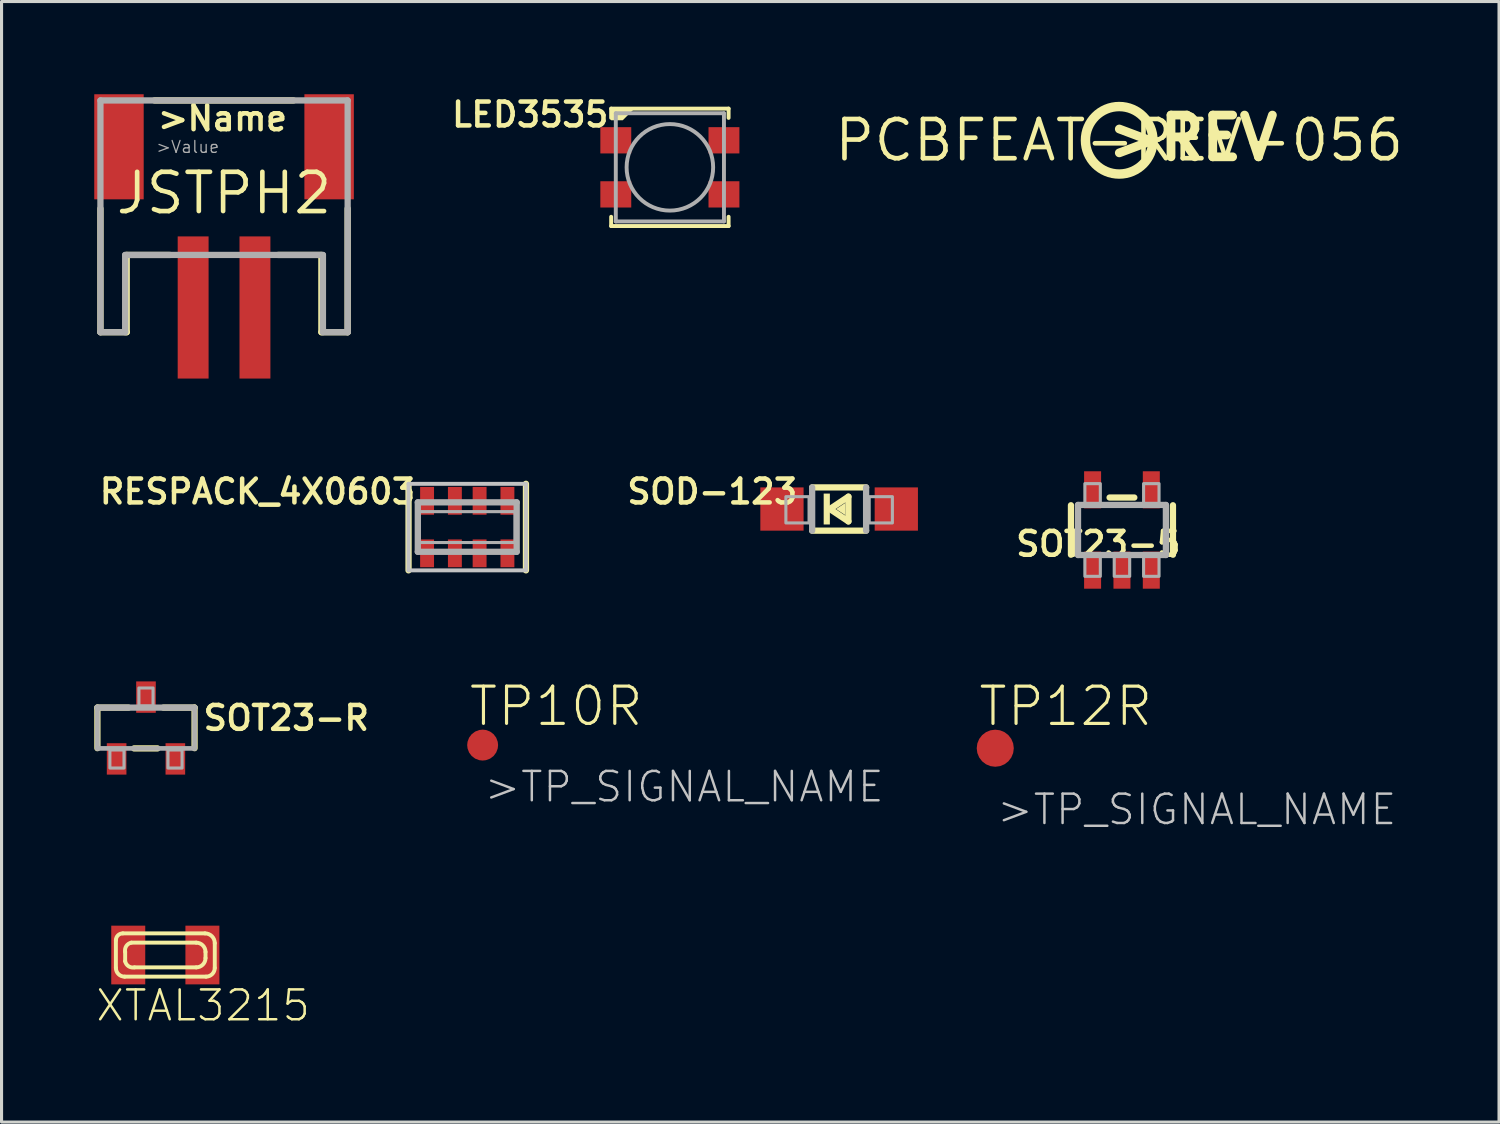
<source format=kicad_pcb>
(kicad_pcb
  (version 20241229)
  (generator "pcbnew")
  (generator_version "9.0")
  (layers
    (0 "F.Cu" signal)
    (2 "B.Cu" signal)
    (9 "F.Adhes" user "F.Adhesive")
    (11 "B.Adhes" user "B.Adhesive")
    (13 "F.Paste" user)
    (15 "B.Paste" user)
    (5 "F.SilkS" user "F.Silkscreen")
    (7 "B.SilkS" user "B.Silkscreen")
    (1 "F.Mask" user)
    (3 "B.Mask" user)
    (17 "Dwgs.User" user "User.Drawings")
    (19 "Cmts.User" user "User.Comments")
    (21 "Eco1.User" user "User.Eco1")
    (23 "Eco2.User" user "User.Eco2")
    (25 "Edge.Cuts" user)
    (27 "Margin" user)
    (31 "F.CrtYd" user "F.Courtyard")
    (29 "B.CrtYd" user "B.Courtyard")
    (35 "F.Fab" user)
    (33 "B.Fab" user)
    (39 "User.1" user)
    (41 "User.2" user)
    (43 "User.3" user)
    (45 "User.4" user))
  (footprint "LED3535"
    (layer "F.Cu")
    (at 18.627 2.365)
    (property "Reference" "LED3535" (at -1.905 -2.159 0) (layer "F.SilkS") (effects (font (size 0.772 0.772) (thickness 0.146)) (justify right top)))
    (attr through_hole)
    (fp_line (start -1.9 -1.9) (end 1.9 -1.9) (stroke (width 0.127) (type solid)) (layer "F.SilkS"))
    (fp_line (start -1.9 -1.6) (end -1.9 -1.9) (stroke (width 0.127) (type solid)) (layer "F.SilkS"))
    (fp_line (start -1.9 1.6) (end -1.9 1.9) (stroke (width 0.127) (type solid)) (layer "F.SilkS"))
    (fp_line (start -1.9 1.9) (end 1.9 1.9) (stroke (width 0.127) (type solid)) (layer "F.SilkS"))
    (fp_line (start 1.9 -1.9) (end 1.9 -1.6) (stroke (width 0.127) (type solid)) (layer "F.SilkS"))
    (fp_line (start 1.9 1.9) (end 1.9 1.6) (stroke (width 0.127) (type solid)) (layer "F.SilkS"))
    (fp_poly (pts (xy -1.905 -1.905) (xy -1.905 -1.524) (xy -1.524 -1.524) (xy -1.143 -1.905)) (stroke (width 0) (type solid)) (fill yes) (layer "F.SilkS"))
    (fp_line (start -1.75 -1.75) (end 1.75 -1.75) (stroke (width 0.127) (type solid)) (layer "F.Fab"))
    (fp_line (start -1.75 1.75) (end -1.75 -1.75) (stroke (width 0.127) (type solid)) (layer "F.Fab"))
    (fp_line (start 1.75 -1.75) (end 1.75 1.75) (stroke (width 0.127) (type solid)) (layer "F.Fab"))
    (fp_line (start 1.75 1.75) (end -1.75 1.75) (stroke (width 0.127) (type solid)) (layer "F.Fab"))
    (fp_circle (center 0 0) (end 1.4 0) (stroke (width 0.127) (type solid)) (fill no) (layer "F.Fab"))
    (pad "1" smd rect (at -1.75 -0.875 90) (size 0.85 1) (layers "F.Cu" "F.Mask" "F.Paste"))
    (pad "2" smd rect (at -1.75 0.875 90) (size 0.85 1) (layers "F.Cu" "F.Mask" "F.Paste"))
    (pad "3" smd rect (at 1.75 0.875 90) (size 0.85 1) (layers "F.Cu" "F.Mask" "F.Paste"))
    (pad "4" smd rect (at 1.75 -0.875 90) (size 0.85 1) (layers "F.Cu" "F.Mask" "F.Paste")))
  (footprint "PCBFEAT-REV-056"
    (layer "F.Cu")
    (at 33.167 1.49)
    (property "Reference" "PCBFEAT-REV-056" (at 0 0 0) (layer "F.SilkS") (effects (font (size 1.27 1.27) (thickness 0.15))))
    (attr through_hole)
    (fp_circle (center 0 0) (end 1.092 0) (stroke (width 0.305) (type solid)) (fill no) (layer "F.SilkS"))
    (fp_text user ">REV" (at -0.505 0.715 0) (layer "F.SilkS") (effects (font (size 1.351 1.351) (thickness 0.284)) (justify left bottom))))
  (footprint "SOD-123"
    (layer "F.Cu")
    (at 24.104 13.422)
    (property "Reference" "SOD-123" (at -1.27 -1.016 0) (layer "F.SilkS") (effects (font (size 0.772 0.772) (thickness 0.146)) (justify right top)))
    (attr through_hole)
    (fp_line (start -0.873 -0.7) (end 0.873 -0.7) (stroke (width 0.203) (type solid)) (layer "F.SilkS"))
    (fp_line (start -0.3 0) (end 0.3 -0.4) (stroke (width 0.203) (type solid)) (layer "F.SilkS"))
    (fp_line (start 0.3 -0.4) (end 0.3 0.4) (stroke (width 0.203) (type solid)) (layer "F.SilkS"))
    (fp_line (start 0.3 0.4) (end -0.3 0) (stroke (width 0.203) (type solid)) (layer "F.SilkS"))
    (fp_line (start 0.873 0.7) (end -0.873 0.7) (stroke (width 0.203) (type solid)) (layer "F.SilkS"))
    (fp_poly (pts (xy -0.1 0) (xy 0.2 -0.2) (xy 0.2 0.2)) (stroke (width 0) (type solid)) (fill yes) (layer "F.SilkS"))
    (fp_poly (pts (xy -0.5 0.5) (xy -0.3 0.5) (xy -0.3 -0.5) (xy -0.5 -0.5)) (stroke (width 0) (type solid)) (fill yes) (layer "F.SilkS"))
    (fp_line (start -0.873 0.7) (end -0.873 -0.7) (stroke (width 0.203) (type solid)) (layer "F.Fab"))
    (fp_line (start 0.873 -0.7) (end 0.873 0.7) (stroke (width 0.203) (type solid)) (layer "F.Fab"))
    (fp_poly (pts (xy -1.723 0.45) (xy -0.973 0.45) (xy -0.973 -0.4) (xy -1.723 -0.4)) (stroke (width 0.1) (type solid)) (fill no) (layer "F.Fab"))
    (fp_poly (pts (xy 0.973 0.45) (xy 1.723 0.45) (xy 1.723 -0.4) (xy 0.973 -0.4)) (stroke (width 0.1) (type solid)) (fill no) (layer "F.Fab"))
    (pad "A" smd rect (at 1.85 0 90) (size 1.4 1.4) (layers "F.Cu" "F.Mask" "F.Paste"))
    (pad "C" smd rect (at -1.85 0 90) (size 1.4 1.4) (layers "F.Cu" "F.Mask" "F.Paste")))
  (footprint "TP12R"
    (layer "F.Cu")
    (at 29.156 21.162)
    (property "Reference" "TP12R" (at -0.6 -0.65 0) (layer "F.SilkS") (effects (font (size 1.206 1.206) (thickness 0.102)) (justify left bottom)))
    (attr through_hole)
    (fp_text user ">TP_SIGNAL_NAME" (at 0 2.54 0) (layer "Dwgs.User") (effects (font (size 0.95 0.95) (thickness 0.08)) (justify left bottom)))
    (pad "TP" smd roundrect (at 0 0) (size 1.2 1.2) (layers "F.Cu" "F.Mask") (roundrect_rratio 0.5)))
  (footprint "XTAL3215"
    (layer "F.Cu")
    (at 2.3 27.854)
    (property "Reference" "XTAL3215" (at -2.3 2.2 0) (layer "F.SilkS") (effects (font (size 0.965 0.965) (thickness 0.081)) (justify left bottom)))
    (attr through_hole)
    (fp_line (start -1.6 0.417) (end -1.6 -0.476) (stroke (width 0.127) (type solid)) (layer "F.SilkS"))
    (fp_line (start -1.376 -0.7) (end 1.284 -0.7) (stroke (width 0.127) (type solid)) (layer "F.SilkS"))
    (fp_line (start -1.3 0.2) (end -1.3 -0.1) (stroke (width 0.127) (type solid)) (layer "F.SilkS"))
    (fp_line (start -1.1 -0.4) (end 1 -0.4) (stroke (width 0.127) (type solid)) (layer "F.SilkS"))
    (fp_line (start 1 0.4) (end -1 0.4) (stroke (width 0.127) (type solid)) (layer "F.SilkS"))
    (fp_line (start 1.3 -0.1) (end 1.3 0.1) (stroke (width 0.127) (type solid)) (layer "F.SilkS"))
    (fp_line (start 1.317 0.7) (end -1.317 0.7) (stroke (width 0.127) (type solid)) (layer "F.SilkS"))
    (fp_line (start 1.6 -0.384) (end 1.6 0.417) (stroke (width 0.127) (type solid)) (layer "F.SilkS"))
    (fp_arc (start -1.6 -0.4764) (mid -1.534509 -0.634509) (end -1.3764 -0.7) (stroke (width 0.127) (type solid)) (layer "F.SilkS"))
    (fp_arc (start -1.3172 0.7) (mid -1.51717 0.61717) (end -1.6 0.4172) (stroke (width 0.127) (type solid)) (layer "F.SilkS"))
    (fp_arc (start -1.3 -0.1) (mid -1.262161 -0.291441) (end -1.099999 -0.399999) (stroke (width 0.127) (type solid)) (layer "F.SilkS"))
    (fp_arc (start -1 0.4) (mid -1.191422 0.362132) (end -1.300001 0.199999) (stroke (width 0.127) (type solid)) (layer "F.SilkS"))
    (fp_arc (start 1 -0.4) (mid 1.212103 -0.312103) (end 1.3 -0.1) (stroke (width 0.127) (type solid)) (layer "F.SilkS"))
    (fp_arc (start 1.2838 -0.7) (mid 1.507387 -0.607387) (end 1.6 -0.3838) (stroke (width 0.127) (type solid)) (layer "F.SilkS"))
    (fp_arc (start 1.3 0.1) (mid 1.212131 0.312132) (end 0.999999 0.399999) (stroke (width 0.127) (type solid)) (layer "F.SilkS"))
    (fp_arc (start 1.6 0.4172) (mid 1.51717 0.61717) (end 1.3172 0.7) (stroke (width 0.127) (type solid)) (layer "F.SilkS"))
    (pad "P$1" smd rect (at 1.2 0) (size 1.1 1.9) (layers "F.Cu" "F.Mask" "F.Paste"))
    (pad "P$2" smd rect (at -1.2 0 180) (size 1.1 1.9) (layers "F.Cu" "F.Mask" "F.Paste")))
  (footprint "SOT23-5"
    (layer "F.Cu")
    (at 33.256 14.1)
    (property "Reference" "SOT23-5" (at 1.978 0 0) (layer "F.SilkS") (effects (font (size 0.772 0.772) (thickness 0.146)) (justify right top)))
    (attr through_hole)
    (fp_line (start -1.65 -0.8) (end -1.65 0.8) (stroke (width 0.203) (type solid)) (layer "F.SilkS"))
    (fp_line (start -0.4 -1.05) (end 0.4 -1.05) (stroke (width 0.203) (type solid)) (layer "F.SilkS"))
    (fp_line (start 1.65 -0.8) (end 1.65 0.8) (stroke (width 0.203) (type solid)) (layer "F.SilkS"))
    (fp_line (start -1.422 -0.81) (end 1.422 -0.81) (stroke (width 0.203) (type solid)) (layer "F.Fab"))
    (fp_line (start -1.422 0.81) (end -1.422 -0.81) (stroke (width 0.203) (type solid)) (layer "F.Fab"))
    (fp_line (start 1.422 -0.81) (end 1.422 0.81) (stroke (width 0.203) (type solid)) (layer "F.Fab"))
    (fp_line (start 1.422 0.81) (end -1.422 0.81) (stroke (width 0.203) (type solid)) (layer "F.Fab"))
    (fp_poly (pts (xy -1.2 -0.85) (xy -0.7 -0.85) (xy -0.7 -1.5) (xy -1.2 -1.5)) (stroke (width 0.1) (type solid)) (fill no) (layer "F.Fab"))
    (fp_poly (pts (xy -1.2 1.5) (xy -0.7 1.5) (xy -0.7 0.85) (xy -1.2 0.85)) (stroke (width 0.1) (type solid)) (fill no) (layer "F.Fab"))
    (fp_poly (pts (xy -0.25 1.5) (xy 0.25 1.5) (xy 0.25 0.85) (xy -0.25 0.85)) (stroke (width 0.1) (type solid)) (fill no) (layer "F.Fab"))
    (fp_poly (pts (xy 0.7 -0.85) (xy 1.2 -0.85) (xy 1.2 -1.5) (xy 0.7 -1.5)) (stroke (width 0.1) (type solid)) (fill no) (layer "F.Fab"))
    (fp_poly (pts (xy 0.7 1.5) (xy 1.2 1.5) (xy 1.2 0.85) (xy 0.7 0.85)) (stroke (width 0.1) (type solid)) (fill no) (layer "F.Fab"))
    (pad "1" smd rect (at -0.95 1.3) (size 0.55 1.2) (layers "F.Cu" "F.Mask" "F.Paste"))
    (pad "2" smd rect (at 0 1.3) (size 0.55 1.2) (layers "F.Cu" "F.Mask" "F.Paste"))
    (pad "3" smd rect (at 0.95 1.3) (size 0.55 1.2) (layers "F.Cu" "F.Mask" "F.Paste"))
    (pad "4" smd rect (at 0.95 -1.3) (size 0.55 1.2) (layers "F.Cu" "F.Mask" "F.Paste"))
    (pad "5" smd rect (at -0.95 -1.3) (size 0.55 1.2) (layers "F.Cu" "F.Mask" "F.Paste")))
  (footprint "JSTPH2"
    (layer "F.Cu")
    (at 4.2 3.2)
    (property "Reference" "JSTPH2" (at 0 0 0) (layer "F.SilkS") (effects (font (size 1.27 1.27) (thickness 0.15))))
    (attr through_hole)
    (fp_line (start -4 4.5) (end -4 0.5) (stroke (width 0.203) (type solid)) (layer "F.SilkS"))
    (fp_line (start -3.15 2) (end -3.15 4.5) (stroke (width 0.203) (type solid)) (layer "F.SilkS"))
    (fp_line (start -3.15 4.5) (end -4 4.5) (stroke (width 0.203) (type solid)) (layer "F.SilkS"))
    (fp_line (start -2.25 -3) (end 2.25 -3) (stroke (width 0.203) (type solid)) (layer "F.SilkS"))
    (fp_line (start -1.75 2) (end -3.15 2) (stroke (width 0.203) (type solid)) (layer "F.SilkS"))
    (fp_line (start 3.15 2) (end 1.75 2) (stroke (width 0.203) (type solid)) (layer "F.SilkS"))
    (fp_line (start 3.15 4.5) (end 3.15 2) (stroke (width 0.203) (type solid)) (layer "F.SilkS"))
    (fp_line (start 4 0.5) (end 4 4.5) (stroke (width 0.203) (type solid)) (layer "F.SilkS"))
    (fp_line (start 4 4.5) (end 3.15 4.5) (stroke (width 0.203) (type solid)) (layer "F.SilkS"))
    (fp_line (start -4 -3) (end 4 -3) (stroke (width 0.203) (type solid)) (layer "F.Fab"))
    (fp_line (start -4 4.5) (end -4 -3) (stroke (width 0.203) (type solid)) (layer "F.Fab"))
    (fp_line (start -3.2 2) (end -3.2 4.5) (stroke (width 0.203) (type solid)) (layer "F.Fab"))
    (fp_line (start -3.2 4.5) (end -4 4.5) (stroke (width 0.203) (type solid)) (layer "F.Fab"))
    (fp_line (start 3.2 2) (end -3.2 2) (stroke (width 0.203) (type solid)) (layer "F.Fab"))
    (fp_line (start 3.2 4.5) (end 3.2 2) (stroke (width 0.203) (type solid)) (layer "F.Fab"))
    (fp_line (start 4 -3) (end 4 4.5) (stroke (width 0.203) (type solid)) (layer "F.Fab"))
    (fp_line (start 4 4.5) (end 3.2 4.5) (stroke (width 0.203) (type solid)) (layer "F.Fab"))
    (fp_text user ">Name" (at -2.223 -1.968 0) (layer "F.SilkS") (effects (font (size 0.772 0.772) (thickness 0.146)) (justify left bottom)))
    (fp_text user ">Value" (at -2.223 -1.27 0) (layer "F.Fab") (effects (font (size 0.386 0.386) (thickness 0.041)) (justify left bottom)))
    (pad "1" smd rect (at -1 3.7) (size 1 4.6) (layers "F.Cu" "F.Mask" "F.Paste"))
    (pad "2" smd rect (at 1 3.7) (size 1 4.6) (layers "F.Cu" "F.Mask" "F.Paste"))
    (pad "NC1" smd rect (at -3.4 -1.5 90) (size 3.4 1.6) (layers "F.Cu" "F.Mask" "F.Paste"))
    (pad "NC2" smd rect (at 3.4 -1.5 90) (size 3.4 1.6) (layers "F.Cu" "F.Mask" "F.Paste")))
  (footprint "RESPACK_4X0603"
    (layer "F.Cu")
    (at 12.07 14.006)
    (property "Reference" "RESPACK_4X0603" (at -1.6 -1.6 0) (layer "F.SilkS") (effects (font (size 0.772 0.772) (thickness 0.146)) (justify right top)))
    (attr through_hole)
    (fp_line (start -1.9 1.4) (end -1.9 -1.4) (stroke (width 0.203) (type solid)) (layer "F.SilkS"))
    (fp_line (start 1.9 -1.4) (end 1.9 1.4) (stroke (width 0.203) (type solid)) (layer "F.SilkS"))
    (fp_line (start -1.9 -1.4) (end 1.9 -1.4) (stroke (width 0.127) (type solid)) (layer "Dwgs.User"))
    (fp_line (start -1.9 1.4) (end -1.9 -1.4) (stroke (width 0.127) (type solid)) (layer "Dwgs.User"))
    (fp_line (start -1.9 1.4) (end 1.9 1.4) (stroke (width 0.127) (type solid)) (layer "Dwgs.User"))
    (fp_line (start 1.9 -1.4) (end 1.9 1.4) (stroke (width 0.127) (type solid)) (layer "Dwgs.User"))
    (fp_line (start -1.6 -0.8) (end 1.6 -0.8) (stroke (width 0.203) (type solid)) (layer "F.Fab"))
    (fp_line (start -1.6 0.8) (end -1.6 -0.8) (stroke (width 0.203) (type solid)) (layer "F.Fab"))
    (fp_line (start 1.6 -0.8) (end 1.6 0.8) (stroke (width 0.203) (type solid)) (layer "F.Fab"))
    (fp_line (start 1.6 0.8) (end -1.6 0.8) (stroke (width 0.203) (type solid)) (layer "F.Fab"))
    (fp_poly (pts (xy -1.55 0.5) (xy 1.55 0.5) (xy 1.55 -0.5) (xy -1.55 -0.5)) (stroke (width 0.1) (type solid)) (fill no) (layer "F.Fab"))
    (pad "1" smd rect (at -1.3 0.85) (size 0.45 0.9) (layers "F.Cu" "F.Mask" "F.Paste"))
    (pad "2" smd rect (at -0.4 0.85) (size 0.45 0.9) (layers "F.Cu" "F.Mask" "F.Paste"))
    (pad "3" smd rect (at 0.4 0.85) (size 0.45 0.9) (layers "F.Cu" "F.Mask" "F.Paste"))
    (pad "4" smd rect (at 1.3 0.85) (size 0.45 0.9) (layers "F.Cu" "F.Mask" "F.Paste"))
    (pad "5" smd rect (at 1.3 -0.85) (size 0.45 0.9) (layers "F.Cu" "F.Mask" "F.Paste"))
    (pad "6" smd rect (at 0.4 -0.85) (size 0.45 0.9) (layers "F.Cu" "F.Mask" "F.Paste"))
    (pad "7" smd rect (at -0.4 -0.85) (size 0.45 0.9) (layers "F.Cu" "F.Mask" "F.Paste"))
    (pad "8" smd rect (at -1.3 -0.85) (size 0.45 0.9) (layers "F.Cu" "F.Mask" "F.Paste")))
  (footprint "SOT23-R"
    (layer "F.Cu")
    (at 1.674 20.508)
    (property "Reference" "SOT23-R" (at 1.778 0.127 0) (layer "F.SilkS") (effects (font (size 0.772 0.772) (thickness 0.146)) (justify left bottom)))
    (attr through_hole)
    (fp_line (start -1.572 -0.66) (end -0.564 -0.66) (stroke (width 0.203) (type solid)) (layer "F.SilkS"))
    (fp_line (start -1.572 0.652) (end -1.572 -0.66) (stroke (width 0.203) (type solid)) (layer "F.SilkS"))
    (fp_line (start 0.372 0.66) (end -0.386 0.66) (stroke (width 0.203) (type solid)) (layer "F.SilkS"))
    (fp_line (start 0.564 -0.66) (end 1.572 -0.66) (stroke (width 0.203) (type solid)) (layer "F.SilkS"))
    (fp_line (start 1.572 -0.66) (end 1.572 0.652) (stroke (width 0.203) (type solid)) (layer "F.SilkS"))
    (fp_line (start -1.572 -0.66) (end 1.572 -0.66) (stroke (width 0.203) (type solid)) (layer "F.Fab"))
    (fp_line (start -1.572 0.66) (end -1.572 -0.66) (stroke (width 0.152) (type solid)) (layer "F.Fab"))
    (fp_line (start 1.572 -0.66) (end 1.572 0.66) (stroke (width 0.152) (type solid)) (layer "F.Fab"))
    (fp_line (start 1.572 0.66) (end -1.572 0.66) (stroke (width 0.152) (type solid)) (layer "F.Fab"))
    (fp_poly (pts (xy -1.168 1.295) (xy -0.711 1.295) (xy -0.711 0.711) (xy -1.168 0.711)) (stroke (width 0.1) (type solid)) (fill no) (layer "F.Fab"))
    (fp_poly (pts (xy -0.229 -0.711) (xy 0.229 -0.711) (xy 0.229 -1.295) (xy -0.229 -1.295)) (stroke (width 0.1) (type solid)) (fill no) (layer "F.Fab"))
    (fp_poly (pts (xy 0.711 1.295) (xy 1.168 1.295) (xy 1.168 0.711) (xy 0.711 0.711)) (stroke (width 0.1) (type solid)) (fill no) (layer "F.Fab"))
    (pad "1" smd rect (at -0.95 1) (size 0.635 1.016) (layers "F.Cu" "F.Mask" "F.Paste"))
    (pad "2" smd rect (at 0.95 1) (size 0.635 1.016) (layers "F.Cu" "F.Mask" "F.Paste"))
    (pad "3" smd rect (at 0 -1) (size 0.635 1.016) (layers "F.Cu" "F.Mask" "F.Paste")))
  (footprint "TP10R"
    (layer "F.Cu")
    (at 12.568 21.061)
    (property "Reference" "TP10R" (at -0.5 -0.55 0) (layer "F.SilkS") (effects (font (size 1.206 1.206) (thickness 0.102)) (justify left bottom)))
    (attr through_hole)
    (fp_text user ">TP_SIGNAL_NAME" (at 0 1.905 0) (layer "Dwgs.User") (effects (font (size 0.95 0.95) (thickness 0.08)) (justify left bottom)))
    (pad "TP" smd roundrect (at 0 0) (size 1 1) (layers "F.Cu" "F.Mask") (roundrect_rratio 0.5)))
  (gr_rect
    (start -3 -3)
    (end 45.458 33.259)
    (stroke (width 0.1) (type default))
    (fill no)
    (layer "Edge.Cuts")))
</source>
